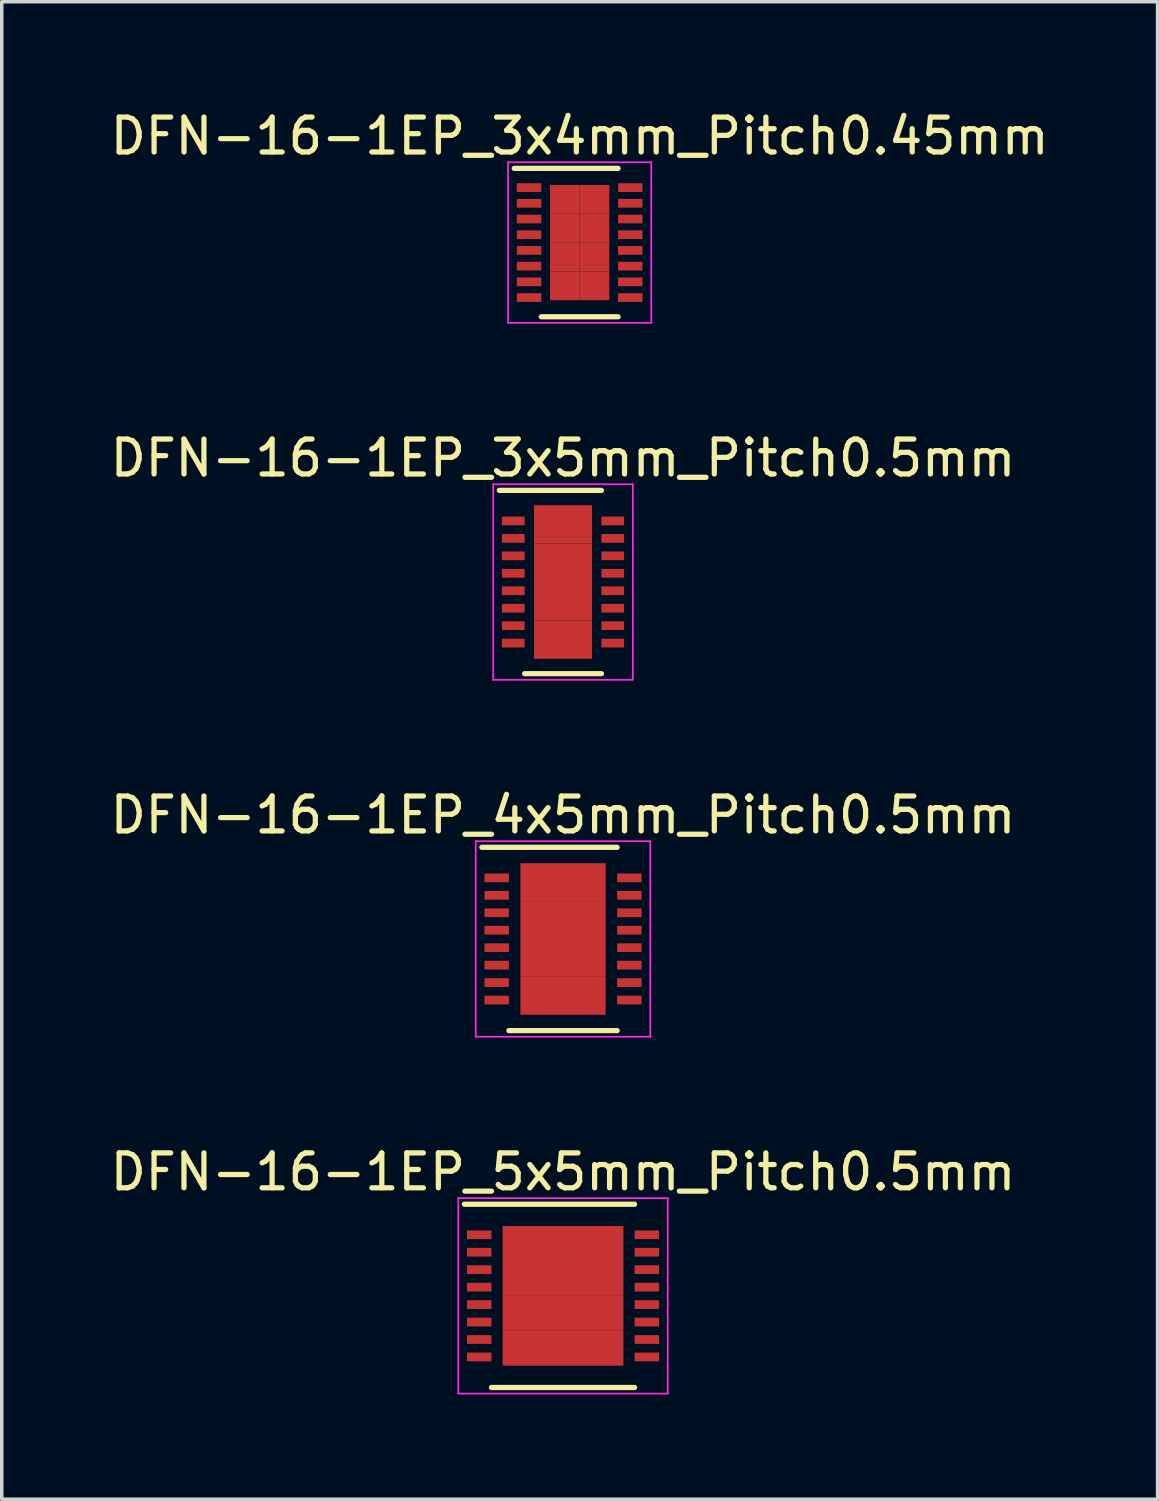
<source format=kicad_pcb>
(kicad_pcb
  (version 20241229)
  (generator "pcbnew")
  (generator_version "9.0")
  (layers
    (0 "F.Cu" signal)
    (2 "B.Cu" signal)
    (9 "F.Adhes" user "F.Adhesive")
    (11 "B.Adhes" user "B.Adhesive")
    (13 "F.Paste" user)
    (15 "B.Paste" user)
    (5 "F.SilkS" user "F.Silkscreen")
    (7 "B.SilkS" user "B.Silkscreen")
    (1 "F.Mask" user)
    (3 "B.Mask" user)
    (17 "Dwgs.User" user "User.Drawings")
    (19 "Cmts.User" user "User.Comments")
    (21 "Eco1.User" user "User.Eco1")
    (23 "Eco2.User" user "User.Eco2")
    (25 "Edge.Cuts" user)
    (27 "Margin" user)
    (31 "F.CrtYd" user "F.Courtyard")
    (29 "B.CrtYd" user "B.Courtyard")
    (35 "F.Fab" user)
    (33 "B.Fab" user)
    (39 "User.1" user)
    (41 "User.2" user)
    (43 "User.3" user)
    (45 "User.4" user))
  (footprint "DFN-16-1EP_5x5mm_Pitch0.5mm"
    (layer "F.Cu")
    (at 13.077 34.068)
    (property "Reference" "DFN-16-1EP_5x5mm_Pitch0.5mm" (at 0 -3.55 0) (layer "F.SilkS") (effects (font (size 1 1) (thickness 0.15))))
    (attr smd)
    (fp_line (start -2.825 -2.625) (end 2.05 -2.625) (stroke (width 0.15) (type solid)) (layer "F.SilkS"))
    (fp_line (start -2.05 2.625) (end 2.05 2.625) (stroke (width 0.15) (type solid)) (layer "F.SilkS"))
    (fp_line (start -3 -2.8) (end -3 2.8) (stroke (width 0.05) (type solid)) (layer "F.CrtYd"))
    (fp_line (start -3 -2.8) (end 3 -2.8) (stroke (width 0.05) (type solid)) (layer "F.CrtYd"))
    (fp_line (start -3 2.8) (end 3 2.8) (stroke (width 0.05) (type solid)) (layer "F.CrtYd"))
    (fp_line (start 3 -2.8) (end 3 2.8) (stroke (width 0.05) (type solid)) (layer "F.CrtYd"))
    (pad "1" smd rect (at -2.4 -1.75) (size 0.7 0.25) (layers "F.Cu" "F.Mask" "F.Paste"))
    (pad "2" smd rect (at -2.4 -1.25) (size 0.7 0.25) (layers "F.Cu" "F.Mask" "F.Paste"))
    (pad "3" smd rect (at -2.4 -0.75) (size 0.7 0.25) (layers "F.Cu" "F.Mask" "F.Paste"))
    (pad "4" smd rect (at -2.4 -0.25) (size 0.7 0.25) (layers "F.Cu" "F.Mask" "F.Paste"))
    (pad "5" smd rect (at -2.4 0.25) (size 0.7 0.25) (layers "F.Cu" "F.Mask" "F.Paste"))
    (pad "6" smd rect (at -2.4 0.75) (size 0.7 0.25) (layers "F.Cu" "F.Mask" "F.Paste"))
    (pad "7" smd rect (at -2.4 1.25) (size 0.7 0.25) (layers "F.Cu" "F.Mask" "F.Paste"))
    (pad "8" smd rect (at -2.4 1.75) (size 0.7 0.25) (layers "F.Cu" "F.Mask" "F.Paste"))
    (pad "9" smd rect (at 2.4 1.75) (size 0.7 0.25) (layers "F.Cu" "F.Mask" "F.Paste"))
    (pad "10" smd rect (at 2.4 1.25) (size 0.7 0.25) (layers "F.Cu" "F.Mask" "F.Paste"))
    (pad "11" smd rect (at 2.4 0.75) (size 0.7 0.25) (layers "F.Cu" "F.Mask" "F.Paste"))
    (pad "12" smd rect (at 2.4 0.25) (size 0.7 0.25) (layers "F.Cu" "F.Mask" "F.Paste"))
    (pad "13" smd rect (at 2.4 -0.25) (size 0.7 0.25) (layers "F.Cu" "F.Mask" "F.Paste"))
    (pad "14" smd rect (at 2.4 -0.75) (size 0.7 0.25) (layers "F.Cu" "F.Mask" "F.Paste"))
    (pad "15" smd rect (at 2.4 -1.25) (size 0.7 0.25) (layers "F.Cu" "F.Mask" "F.Paste"))
    (pad "16" smd rect (at 2.4 -1.75) (size 0.7 0.25) (layers "F.Cu" "F.Mask" "F.Paste"))
    (pad "17" smd rect (at -0.865 -1.5) (size 1.73 1) (layers "F.Cu" "F.Mask" "F.Paste"))
    (pad "17" smd rect (at -0.865 -0.5) (size 1.73 1) (layers "F.Cu" "F.Mask" "F.Paste"))
    (pad "17" smd rect (at -0.865 0.5) (size 1.73 1) (layers "F.Cu" "F.Mask" "F.Paste"))
    (pad "17" smd rect (at -0.865 1.5) (size 1.73 1) (layers "F.Cu" "F.Mask" "F.Paste"))
    (pad "17" smd rect (at 0.865 -1.5) (size 1.73 1) (layers "F.Cu" "F.Mask" "F.Paste"))
    (pad "17" smd rect (at 0.865 -0.5) (size 1.73 1) (layers "F.Cu" "F.Mask" "F.Paste"))
    (pad "17" smd rect (at 0.865 0.5) (size 1.73 1) (layers "F.Cu" "F.Mask" "F.Paste"))
    (pad "17" smd rect (at 0.865 1.5) (size 1.73 1) (layers "F.Cu" "F.Mask" "F.Paste")))
  (footprint "DFN-16-1EP_3x5mm_Pitch0.5mm"
    (layer "F.Cu")
    (at 13.077 13.621)
    (property "Reference" "DFN-16-1EP_3x5mm_Pitch0.5mm" (at 0 -3.55 0) (layer "F.SilkS") (effects (font (size 1 1) (thickness 0.15))))
    (attr smd)
    (fp_line (start -1.825 -2.625) (end 1.1 -2.625) (stroke (width 0.15) (type solid)) (layer "F.SilkS"))
    (fp_line (start -1.1 2.625) (end 1.1 2.625) (stroke (width 0.15) (type solid)) (layer "F.SilkS"))
    (fp_line (start -2 -2.8) (end -2 2.8) (stroke (width 0.05) (type solid)) (layer "F.CrtYd"))
    (fp_line (start -2 -2.8) (end 2 -2.8) (stroke (width 0.05) (type solid)) (layer "F.CrtYd"))
    (fp_line (start -2 2.8) (end 2 2.8) (stroke (width 0.05) (type solid)) (layer "F.CrtYd"))
    (fp_line (start 2 -2.8) (end 2 2.8) (stroke (width 0.05) (type solid)) (layer "F.CrtYd"))
    (pad "1" smd rect (at -1.425 -1.75) (size 0.65 0.25) (layers "F.Cu" "F.Mask" "F.Paste"))
    (pad "2" smd rect (at -1.425 -1.25) (size 0.65 0.25) (layers "F.Cu" "F.Mask" "F.Paste"))
    (pad "3" smd rect (at -1.425 -0.75) (size 0.65 0.25) (layers "F.Cu" "F.Mask" "F.Paste"))
    (pad "4" smd rect (at -1.425 -0.25) (size 0.65 0.25) (layers "F.Cu" "F.Mask" "F.Paste"))
    (pad "5" smd rect (at -1.425 0.25) (size 0.65 0.25) (layers "F.Cu" "F.Mask" "F.Paste"))
    (pad "6" smd rect (at -1.425 0.75) (size 0.65 0.25) (layers "F.Cu" "F.Mask" "F.Paste"))
    (pad "7" smd rect (at -1.425 1.25) (size 0.65 0.25) (layers "F.Cu" "F.Mask" "F.Paste"))
    (pad "8" smd rect (at -1.425 1.75) (size 0.65 0.25) (layers "F.Cu" "F.Mask" "F.Paste"))
    (pad "9" smd rect (at 1.425 1.75) (size 0.65 0.25) (layers "F.Cu" "F.Mask" "F.Paste"))
    (pad "10" smd rect (at 1.425 1.25) (size 0.65 0.25) (layers "F.Cu" "F.Mask" "F.Paste"))
    (pad "11" smd rect (at 1.425 0.75) (size 0.65 0.25) (layers "F.Cu" "F.Mask" "F.Paste"))
    (pad "12" smd rect (at 1.425 0.25) (size 0.65 0.25) (layers "F.Cu" "F.Mask" "F.Paste"))
    (pad "13" smd rect (at 1.425 -0.25) (size 0.65 0.25) (layers "F.Cu" "F.Mask" "F.Paste"))
    (pad "14" smd rect (at 1.425 -0.75) (size 0.65 0.25) (layers "F.Cu" "F.Mask" "F.Paste"))
    (pad "15" smd rect (at 1.425 -1.25) (size 0.65 0.25) (layers "F.Cu" "F.Mask" "F.Paste"))
    (pad "16" smd rect (at 1.425 -1.75) (size 0.65 0.25) (layers "F.Cu" "F.Mask" "F.Paste"))
    (pad "17" smd rect (at -0.415 -1.65) (size 0.83 1.1) (layers "F.Cu" "F.Mask" "F.Paste"))
    (pad "17" smd rect (at -0.415 -0.55) (size 0.83 1.1) (layers "F.Cu" "F.Mask" "F.Paste"))
    (pad "17" smd rect (at -0.415 0.55) (size 0.83 1.1) (layers "F.Cu" "F.Mask" "F.Paste"))
    (pad "17" smd rect (at -0.415 1.65) (size 0.83 1.1) (layers "F.Cu" "F.Mask" "F.Paste"))
    (pad "17" smd rect (at 0.415 -1.65) (size 0.83 1.1) (layers "F.Cu" "F.Mask" "F.Paste"))
    (pad "17" smd rect (at 0.415 -0.55) (size 0.83 1.1) (layers "F.Cu" "F.Mask" "F.Paste"))
    (pad "17" smd rect (at 0.415 0.55) (size 0.83 1.1) (layers "F.Cu" "F.Mask" "F.Paste"))
    (pad "17" smd rect (at 0.415 1.65) (size 0.83 1.1) (layers "F.Cu" "F.Mask" "F.Paste")))
  (footprint "DFN-16-1EP_4x5mm_Pitch0.5mm"
    (layer "F.Cu")
    (at 13.077 23.845)
    (property "Reference" "DFN-16-1EP_4x5mm_Pitch0.5mm" (at 0 -3.55 0) (layer "F.SilkS") (effects (font (size 1 1) (thickness 0.15))))
    (attr smd)
    (fp_line (start -2.325 -2.625) (end 1.55 -2.625) (stroke (width 0.15) (type solid)) (layer "F.SilkS"))
    (fp_line (start -1.55 2.625) (end 1.55 2.625) (stroke (width 0.15) (type solid)) (layer "F.SilkS"))
    (fp_line (start -2.5 -2.8) (end -2.5 2.8) (stroke (width 0.05) (type solid)) (layer "F.CrtYd"))
    (fp_line (start -2.5 -2.8) (end 2.5 -2.8) (stroke (width 0.05) (type solid)) (layer "F.CrtYd"))
    (fp_line (start -2.5 2.8) (end 2.5 2.8) (stroke (width 0.05) (type solid)) (layer "F.CrtYd"))
    (fp_line (start 2.5 -2.8) (end 2.5 2.8) (stroke (width 0.05) (type solid)) (layer "F.CrtYd"))
    (pad "1" smd rect (at -1.9 -1.75) (size 0.7 0.25) (layers "F.Cu" "F.Mask" "F.Paste"))
    (pad "2" smd rect (at -1.9 -1.25) (size 0.7 0.25) (layers "F.Cu" "F.Mask" "F.Paste"))
    (pad "3" smd rect (at -1.9 -0.75) (size 0.7 0.25) (layers "F.Cu" "F.Mask" "F.Paste"))
    (pad "4" smd rect (at -1.9 -0.25) (size 0.7 0.25) (layers "F.Cu" "F.Mask" "F.Paste"))
    (pad "5" smd rect (at -1.9 0.25) (size 0.7 0.25) (layers "F.Cu" "F.Mask" "F.Paste"))
    (pad "6" smd rect (at -1.9 0.75) (size 0.7 0.25) (layers "F.Cu" "F.Mask" "F.Paste"))
    (pad "7" smd rect (at -1.9 1.25) (size 0.7 0.25) (layers "F.Cu" "F.Mask" "F.Paste"))
    (pad "8" smd rect (at -1.9 1.75) (size 0.7 0.25) (layers "F.Cu" "F.Mask" "F.Paste"))
    (pad "9" smd rect (at 1.9 1.75) (size 0.7 0.25) (layers "F.Cu" "F.Mask" "F.Paste"))
    (pad "10" smd rect (at 1.9 1.25) (size 0.7 0.25) (layers "F.Cu" "F.Mask" "F.Paste"))
    (pad "11" smd rect (at 1.9 0.75) (size 0.7 0.25) (layers "F.Cu" "F.Mask" "F.Paste"))
    (pad "12" smd rect (at 1.9 0.25) (size 0.7 0.25) (layers "F.Cu" "F.Mask" "F.Paste"))
    (pad "13" smd rect (at 1.9 -0.25) (size 0.7 0.25) (layers "F.Cu" "F.Mask" "F.Paste"))
    (pad "14" smd rect (at 1.9 -0.75) (size 0.7 0.25) (layers "F.Cu" "F.Mask" "F.Paste"))
    (pad "15" smd rect (at 1.9 -1.25) (size 0.7 0.25) (layers "F.Cu" "F.Mask" "F.Paste"))
    (pad "16" smd rect (at 1.9 -1.75) (size 0.7 0.25) (layers "F.Cu" "F.Mask" "F.Paste"))
    (pad "17" smd rect (at -0.61 -1.627) (size 1.22 1.085) (layers "F.Cu" "F.Mask" "F.Paste"))
    (pad "17" smd rect (at -0.61 -0.542) (size 1.22 1.085) (layers "F.Cu" "F.Mask" "F.Paste"))
    (pad "17" smd rect (at -0.61 0.542) (size 1.22 1.085) (layers "F.Cu" "F.Mask" "F.Paste"))
    (pad "17" smd rect (at -0.61 1.627) (size 1.22 1.085) (layers "F.Cu" "F.Mask" "F.Paste"))
    (pad "17" smd rect (at 0.61 -1.627) (size 1.22 1.085) (layers "F.Cu" "F.Mask" "F.Paste"))
    (pad "17" smd rect (at 0.61 -0.542) (size 1.22 1.085) (layers "F.Cu" "F.Mask" "F.Paste"))
    (pad "17" smd rect (at 0.61 0.542) (size 1.22 1.085) (layers "F.Cu" "F.Mask" "F.Paste"))
    (pad "17" smd rect (at 0.61 1.627) (size 1.22 1.085) (layers "F.Cu" "F.Mask" "F.Paste")))
  (footprint "DFN-16-1EP_3x4mm_Pitch0.45mm"
    (layer "F.Cu")
    (at 13.554 3.898)
    (property "Reference" "DFN-16-1EP_3x4mm_Pitch0.45mm" (at 0 -3.05 0) (layer "F.SilkS") (effects (font (size 1 1) (thickness 0.15))))
    (attr smd)
    (fp_line (start -1.875 -2.125) (end 1.1 -2.125) (stroke (width 0.15) (type solid)) (layer "F.SilkS"))
    (fp_line (start -1.1 2.125) (end 1.1 2.125) (stroke (width 0.15) (type solid)) (layer "F.SilkS"))
    (fp_line (start -2.05 -2.3) (end -2.05 2.3) (stroke (width 0.05) (type solid)) (layer "F.CrtYd"))
    (fp_line (start -2.05 -2.3) (end 2.05 -2.3) (stroke (width 0.05) (type solid)) (layer "F.CrtYd"))
    (fp_line (start -2.05 2.3) (end 2.05 2.3) (stroke (width 0.05) (type solid)) (layer "F.CrtYd"))
    (fp_line (start 2.05 -2.3) (end 2.05 2.3) (stroke (width 0.05) (type solid)) (layer "F.CrtYd"))
    (pad "1" smd rect (at -1.45 -1.575) (size 0.7 0.25) (layers "F.Cu" "F.Mask" "F.Paste"))
    (pad "2" smd rect (at -1.45 -1.125) (size 0.7 0.25) (layers "F.Cu" "F.Mask" "F.Paste"))
    (pad "3" smd rect (at -1.45 -0.675) (size 0.7 0.25) (layers "F.Cu" "F.Mask" "F.Paste"))
    (pad "4" smd rect (at -1.45 -0.225) (size 0.7 0.25) (layers "F.Cu" "F.Mask" "F.Paste"))
    (pad "5" smd rect (at -1.45 0.225) (size 0.7 0.25) (layers "F.Cu" "F.Mask" "F.Paste"))
    (pad "6" smd rect (at -1.45 0.675) (size 0.7 0.25) (layers "F.Cu" "F.Mask" "F.Paste"))
    (pad "7" smd rect (at -1.45 1.125) (size 0.7 0.25) (layers "F.Cu" "F.Mask" "F.Paste"))
    (pad "8" smd rect (at -1.45 1.575) (size 0.7 0.25) (layers "F.Cu" "F.Mask" "F.Paste"))
    (pad "9" smd rect (at 1.45 1.575) (size 0.7 0.25) (layers "F.Cu" "F.Mask" "F.Paste"))
    (pad "10" smd rect (at 1.45 1.125) (size 0.7 0.25) (layers "F.Cu" "F.Mask" "F.Paste"))
    (pad "11" smd rect (at 1.45 0.675) (size 0.7 0.25) (layers "F.Cu" "F.Mask" "F.Paste"))
    (pad "12" smd rect (at 1.45 0.225) (size 0.7 0.25) (layers "F.Cu" "F.Mask" "F.Paste"))
    (pad "13" smd rect (at 1.45 -0.225) (size 0.7 0.25) (layers "F.Cu" "F.Mask" "F.Paste"))
    (pad "14" smd rect (at 1.45 -0.675) (size 0.7 0.25) (layers "F.Cu" "F.Mask" "F.Paste"))
    (pad "15" smd rect (at 1.45 -1.125) (size 0.7 0.25) (layers "F.Cu" "F.Mask" "F.Paste"))
    (pad "16" smd rect (at 1.45 -1.575) (size 0.7 0.25) (layers "F.Cu" "F.Mask" "F.Paste"))
    (pad "17" smd rect (at -0.425 -1.238) (size 0.85 0.825) (layers "F.Cu" "F.Mask" "F.Paste"))
    (pad "17" smd rect (at -0.425 -0.412) (size 0.85 0.825) (layers "F.Cu" "F.Mask" "F.Paste"))
    (pad "17" smd rect (at -0.425 0.412) (size 0.85 0.825) (layers "F.Cu" "F.Mask" "F.Paste"))
    (pad "17" smd rect (at -0.425 1.238) (size 0.85 0.825) (layers "F.Cu" "F.Mask" "F.Paste"))
    (pad "17" smd rect (at 0.425 -1.238) (size 0.85 0.825) (layers "F.Cu" "F.Mask" "F.Paste"))
    (pad "17" smd rect (at 0.425 -0.412) (size 0.85 0.825) (layers "F.Cu" "F.Mask" "F.Paste"))
    (pad "17" smd rect (at 0.425 0.412) (size 0.85 0.825) (layers "F.Cu" "F.Mask" "F.Paste"))
    (pad "17" smd rect (at 0.425 1.238) (size 0.85 0.825) (layers "F.Cu" "F.Mask" "F.Paste")))
  (gr_rect
    (start -3 -3)
    (end 30.107 39.893)
    (stroke (width 0.1) (type default))
    (fill no)
    (layer "Edge.Cuts")))
</source>
